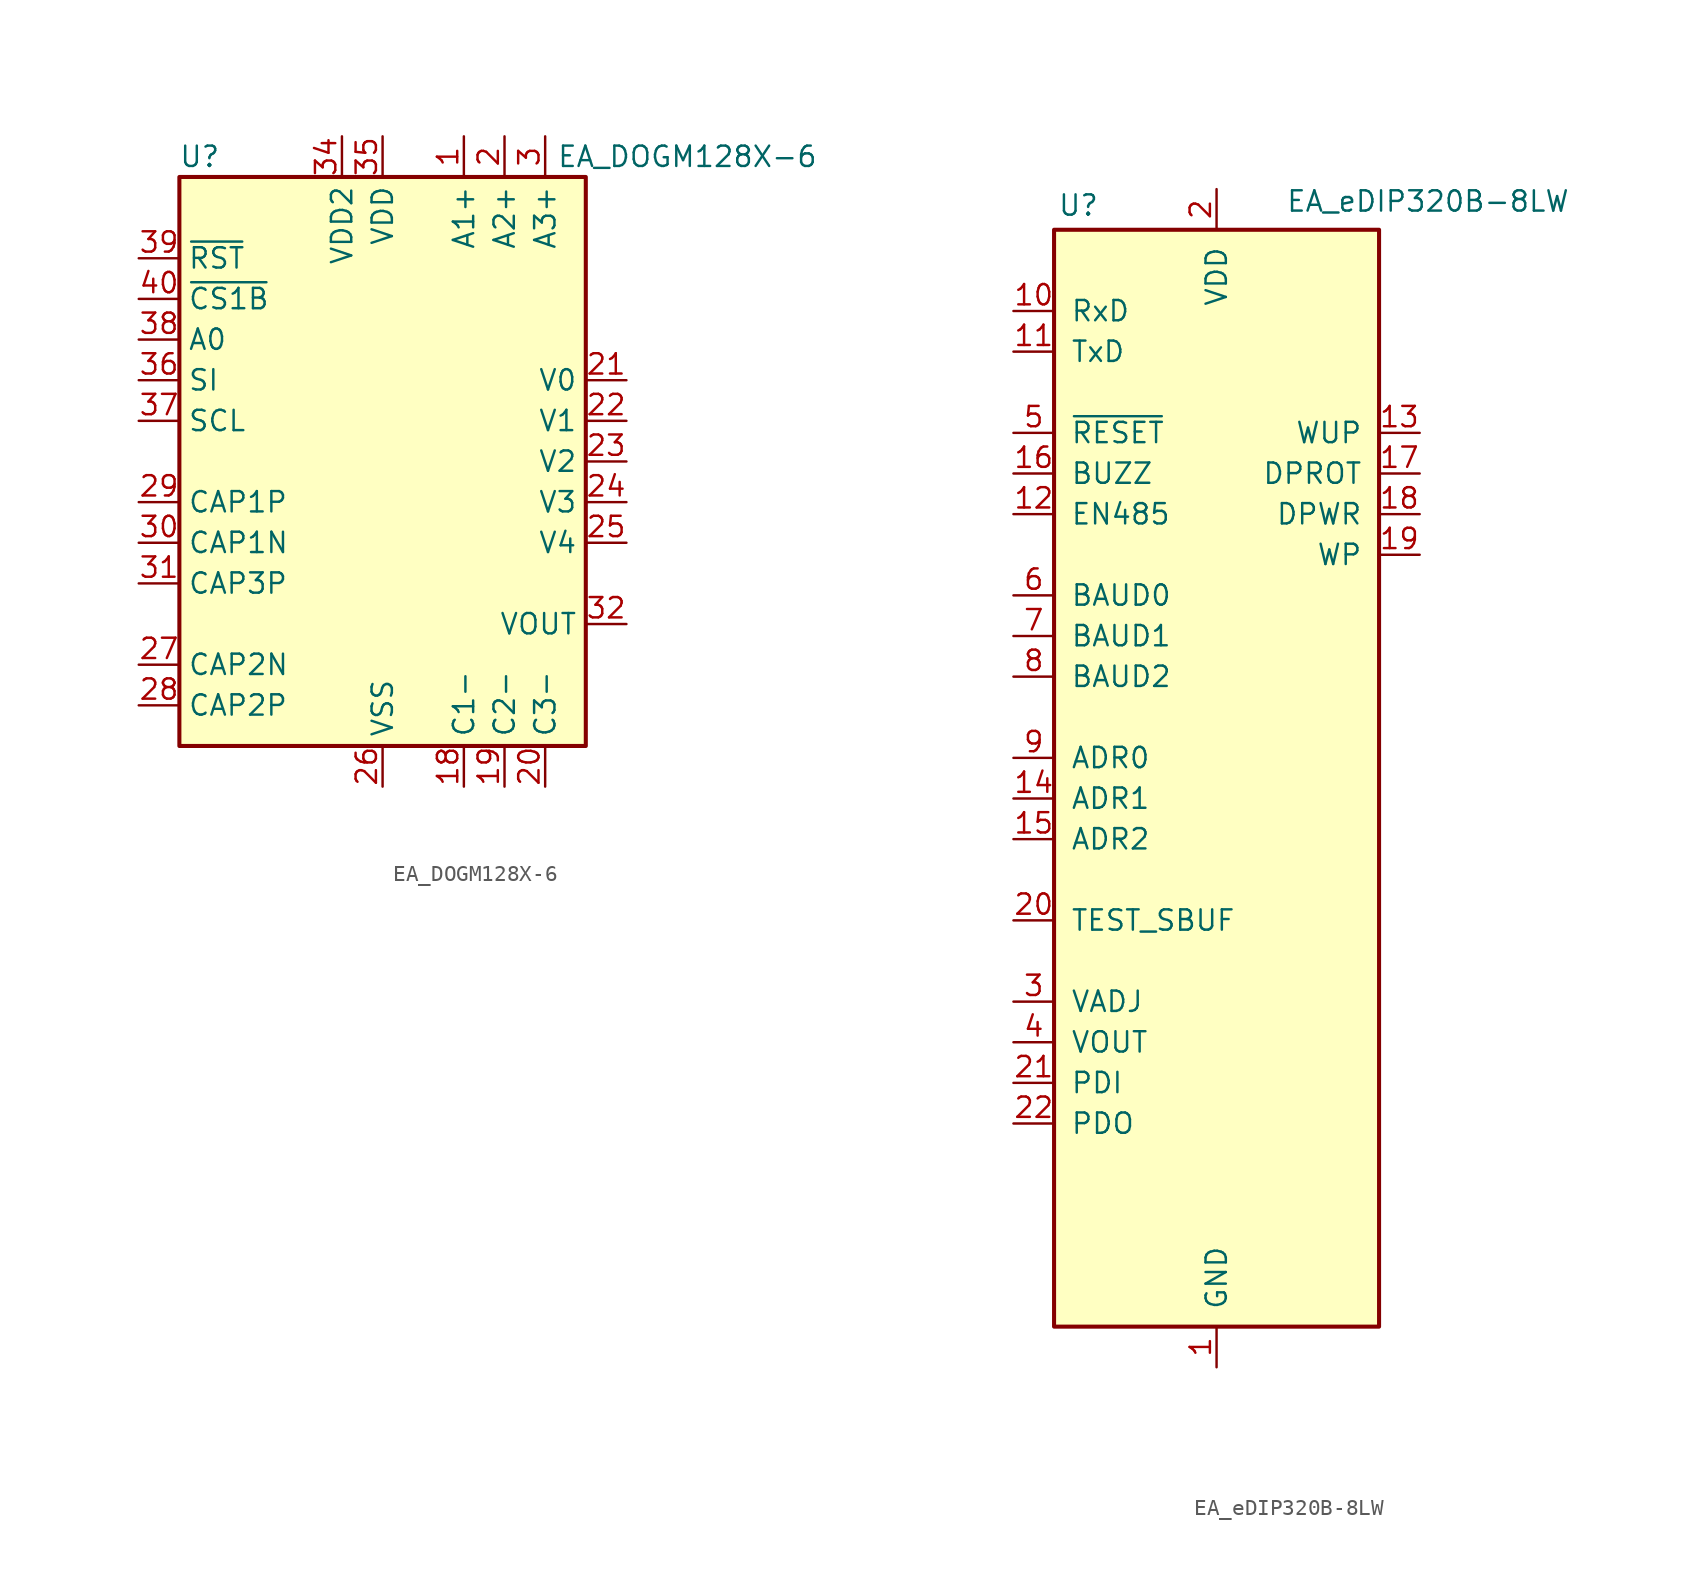
<source format=kicad_sym>
(kicad_symbol_lib
  (version 20211014)
  (generator kicad_symbol_editor)
  (symbol "EA_DOGM128X-6"
    (property "Reference" "U"
      (at -11.43 19.05 0)
      (effects (font (size 1.27 1.27))))
    (property "Value" "EA_DOGM128X-6"
      (at 19.05 19.05 0)
      (effects (font (size 1.27 1.27))))
    (symbol "EA_DOGM128X-6_1_1"
      (rectangle (start -12.7 17.78) (end 12.7 -17.78) (stroke (width 0.254) (type default) (color 0 0 0 0)) (fill (type background)))
      (pin power_in line (at 5.08 20.32 270) (length 2.54) (name "A1+" (effects (font (size 1.27 1.27)))) (number "1" (effects (font (size 1.27 1.27)))))
      (pin power_in line (at 5.08 -20.32 90) (length 2.54) (name "C1-" (effects (font (size 1.27 1.27)))) (number "18" (effects (font (size 1.27 1.27)))))
      (pin power_in line (at 7.62 -20.32 90) (length 2.54) (name "C2-" (effects (font (size 1.27 1.27)))) (number "19" (effects (font (size 1.27 1.27)))))
      (pin power_in line (at 7.62 20.32 270) (length 2.54) (name "A2+" (effects (font (size 1.27 1.27)))) (number "2" (effects (font (size 1.27 1.27)))))
      (pin power_in line (at 10.16 -20.32 90) (length 2.54) (name "C3-" (effects (font (size 1.27 1.27)))) (number "20" (effects (font (size 1.27 1.27)))))
      (pin passive line (at 15.24 5.08 180) (length 2.54) (name "V0" (effects (font (size 1.27 1.27)))) (number "21" (effects (font (size 1.27 1.27)))))
      (pin passive line (at 15.24 2.54 180) (length 2.54) (name "V1" (effects (font (size 1.27 1.27)))) (number "22" (effects (font (size 1.27 1.27)))))
      (pin passive line (at 15.24 0 180) (length 2.54) (name "V2" (effects (font (size 1.27 1.27)))) (number "23" (effects (font (size 1.27 1.27)))))
      (pin passive line (at 15.24 -2.54 180) (length 2.54) (name "V3" (effects (font (size 1.27 1.27)))) (number "24" (effects (font (size 1.27 1.27)))))
      (pin passive line (at 15.24 -5.08 180) (length 2.54) (name "V4" (effects (font (size 1.27 1.27)))) (number "25" (effects (font (size 1.27 1.27)))))
      (pin power_in line (at 0 -20.32 90) (length 2.54) (name "VSS" (effects (font (size 1.27 1.27)))) (number "26" (effects (font (size 1.27 1.27)))))
      (pin passive line (at -15.24 -12.7 0) (length 2.54) (name "CAP2N" (effects (font (size 1.27 1.27)))) (number "27" (effects (font (size 1.27 1.27)))))
      (pin passive line (at -15.24 -15.24 0) (length 2.54) (name "CAP2P" (effects (font (size 1.27 1.27)))) (number "28" (effects (font (size 1.27 1.27)))))
      (pin passive line (at -15.24 -2.54 0) (length 2.54) (name "CAP1P" (effects (font (size 1.27 1.27)))) (number "29" (effects (font (size 1.27 1.27)))))
      (pin power_in line (at 10.16 20.32 270) (length 2.54) (name "A3+" (effects (font (size 1.27 1.27)))) (number "3" (effects (font (size 1.27 1.27)))))
      (pin passive line (at -15.24 -5.08 0) (length 2.54) (name "CAP1N" (effects (font (size 1.27 1.27)))) (number "30" (effects (font (size 1.27 1.27)))))
      (pin passive line (at -15.24 -7.62 0) (length 2.54) (name "CAP3P" (effects (font (size 1.27 1.27)))) (number "31" (effects (font (size 1.27 1.27)))))
      (pin output line (at 15.24 -10.16 180) (length 2.54) (name "VOUT" (effects (font (size 1.27 1.27)))) (number "32" (effects (font (size 1.27 1.27)))))
      (pin passive line (at 0 -20.32 90) (length 2.54) hide (name "VSS" (effects (font (size 1.27 1.27)))) (number "33" (effects (font (size 1.27 1.27)))))
      (pin power_in line (at -2.54 20.32 270) (length 2.54) (name "VDD2" (effects (font (size 1.27 1.27)))) (number "34" (effects (font (size 1.27 1.27)))))
      (pin power_in line (at 0 20.32 270) (length 2.54) (name "VDD" (effects (font (size 1.27 1.27)))) (number "35" (effects (font (size 1.27 1.27)))))
      (pin input line (at -15.24 5.08 0) (length 2.54) (name "SI" (effects (font (size 1.27 1.27)))) (number "36" (effects (font (size 1.27 1.27)))))
      (pin input line (at -15.24 2.54 0) (length 2.54) (name "SCL" (effects (font (size 1.27 1.27)))) (number "37" (effects (font (size 1.27 1.27)))))
      (pin input line (at -15.24 7.62 0) (length 2.54) (name "A0" (effects (font (size 1.27 1.27)))) (number "38" (effects (font (size 1.27 1.27)))))
      (pin input line (at -15.24 12.7 0) (length 2.54) (name "~{RST}" (effects (font (size 1.27 1.27)))) (number "39" (effects (font (size 1.27 1.27)))))
      (pin input line (at -15.24 10.16 0) (length 2.54) (name "~{CS1B}" (effects (font (size 1.27 1.27)))) (number "40" (effects (font (size 1.27 1.27)))))))
  (symbol "EA_eDIP320B-8LW"
    (pin_names
      (offset 1.016))
    (property "Reference" "U"
      (at -8.636 29.464 0)
      (effects (font (size 1.27 1.27))))
    (property "Value" "EA_eDIP320B-8LW"
      (at 4.318 29.718 0)
      (effects (font (size 1.27 1.27)) (justify left)))
    (symbol "EA_eDIP320B-8LW_0_1"
      (rectangle (start -10.16 27.94) (end 10.16 -40.64) (stroke (width 0.254) (type default) (color 0 0 0 0)) (fill (type background))))
    (symbol "EA_eDIP320B-8LW_1_1"
      (pin power_in line (at 0 -43.18 90) (length 2.54) (name "GND" (effects (font (size 1.27 1.27)))) (number "1" (effects (font (size 1.27 1.27)))))
      (pin input line (at -12.7 22.86 0) (length 2.54) (name "RxD" (effects (font (size 1.27 1.27)))) (number "10" (effects (font (size 1.27 1.27)))))
      (pin output line (at -12.7 20.32 0) (length 2.54) (name "TxD" (effects (font (size 1.27 1.27)))) (number "11" (effects (font (size 1.27 1.27)))))
      (pin output line (at -12.7 10.16 0) (length 2.54) (name "EN485" (effects (font (size 1.27 1.27)))) (number "12" (effects (font (size 1.27 1.27)))))
      (pin input line (at 12.7 15.24 180) (length 2.54) (name "WUP" (effects (font (size 1.27 1.27)))) (number "13" (effects (font (size 1.27 1.27)))))
      (pin input line (at -12.7 -7.62 0) (length 2.54) (name "ADR1" (effects (font (size 1.27 1.27)))) (number "14" (effects (font (size 1.27 1.27)))))
      (pin input line (at -12.7 -10.16 0) (length 2.54) (name "ADR2" (effects (font (size 1.27 1.27)))) (number "15" (effects (font (size 1.27 1.27)))))
      (pin output line (at -12.7 12.7 0) (length 2.54) (name "BUZZ" (effects (font (size 1.27 1.27)))) (number "16" (effects (font (size 1.27 1.27)))))
      (pin input line (at 12.7 12.7 180) (length 2.54) (name "DPROT" (effects (font (size 1.27 1.27)))) (number "17" (effects (font (size 1.27 1.27)))))
      (pin output line (at 12.7 10.16 180) (length 2.54) (name "DPWR" (effects (font (size 1.27 1.27)))) (number "18" (effects (font (size 1.27 1.27)))))
      (pin input line (at 12.7 7.62 180) (length 2.54) (name "WP" (effects (font (size 1.27 1.27)))) (number "19" (effects (font (size 1.27 1.27)))))
      (pin power_in line (at 0 30.48 270) (length 2.54) (name "VDD" (effects (font (size 1.27 1.27)))) (number "2" (effects (font (size 1.27 1.27)))))
      (pin open_collector line (at -12.7 -15.24 0) (length 2.54) (name "TEST_SBUF" (effects (font (size 1.27 1.27)))) (number "20" (effects (font (size 1.27 1.27)))))
      (pin input line (at -12.7 -25.4 0) (length 2.54) (name "PDI" (effects (font (size 1.27 1.27)))) (number "21" (effects (font (size 1.27 1.27)))))
      (pin output line (at -12.7 -27.94 0) (length 2.54) (name "PDO" (effects (font (size 1.27 1.27)))) (number "22" (effects (font (size 1.27 1.27)))))
      (pin no_connect line (at -10.16 -30.48 0) (length 2.54) hide (name "NC" (effects (font (size 1.27 1.27)))) (number "23" (effects (font (size 1.27 1.27)))))
      (pin no_connect line (at -10.16 -33.02 0) (length 2.54) hide (name "NC" (effects (font (size 1.27 1.27)))) (number "24" (effects (font (size 1.27 1.27)))))
      (pin no_connect line (at -10.16 -35.56 0) (length 2.54) hide (name "NC" (effects (font (size 1.27 1.27)))) (number "25" (effects (font (size 1.27 1.27)))))
      (pin no_connect line (at -10.16 -38.1 0) (length 2.54) hide (name "NC" (effects (font (size 1.27 1.27)))) (number "26" (effects (font (size 1.27 1.27)))))
      (pin no_connect line (at 10.16 25.4 180) (length 2.54) hide (name "NC" (effects (font (size 1.27 1.27)))) (number "27" (effects (font (size 1.27 1.27)))))
      (pin no_connect line (at 10.16 22.86 180) (length 2.54) hide (name "NC" (effects (font (size 1.27 1.27)))) (number "28" (effects (font (size 1.27 1.27)))))
      (pin no_connect line (at 10.16 20.32 180) (length 2.54) hide (name "NC" (effects (font (size 1.27 1.27)))) (number "29" (effects (font (size 1.27 1.27)))))
      (pin input line (at -12.7 -20.32 0) (length 2.54) (name "VADJ" (effects (font (size 1.27 1.27)))) (number "3" (effects (font (size 1.27 1.27)))))
      (pin no_connect line (at 10.16 17.78 180) (length 2.54) hide (name "NC" (effects (font (size 1.27 1.27)))) (number "30" (effects (font (size 1.27 1.27)))))
      (pin no_connect line (at 10.16 5.08 180) (length 2.54) hide (name "NC" (effects (font (size 1.27 1.27)))) (number "31" (effects (font (size 1.27 1.27)))))
      (pin no_connect line (at 10.16 2.54 180) (length 2.54) hide (name "NC" (effects (font (size 1.27 1.27)))) (number "32" (effects (font (size 1.27 1.27)))))
      (pin no_connect line (at 10.16 0 180) (length 2.54) hide (name "NC" (effects (font (size 1.27 1.27)))) (number "33" (effects (font (size 1.27 1.27)))))
      (pin no_connect line (at 10.16 -2.54 180) (length 2.54) hide (name "NC" (effects (font (size 1.27 1.27)))) (number "34" (effects (font (size 1.27 1.27)))))
      (pin no_connect line (at 10.16 -5.08 180) (length 2.54) hide (name "NC" (effects (font (size 1.27 1.27)))) (number "35" (effects (font (size 1.27 1.27)))))
      (pin no_connect line (at 10.16 -7.62 180) (length 2.54) hide (name "NC" (effects (font (size 1.27 1.27)))) (number "36" (effects (font (size 1.27 1.27)))))
      (pin no_connect line (at 10.16 -10.16 180) (length 2.54) hide (name "NC" (effects (font (size 1.27 1.27)))) (number "37" (effects (font (size 1.27 1.27)))))
      (pin no_connect line (at 10.16 -12.7 180) (length 2.54) hide (name "NC" (effects (font (size 1.27 1.27)))) (number "38" (effects (font (size 1.27 1.27)))))
      (pin no_connect line (at 10.16 -15.24 180) (length 2.54) hide (name "NC" (effects (font (size 1.27 1.27)))) (number "39" (effects (font (size 1.27 1.27)))))
      (pin output line (at -12.7 -22.86 0) (length 2.54) (name "VOUT" (effects (font (size 1.27 1.27)))) (number "4" (effects (font (size 1.27 1.27)))))
      (pin no_connect line (at 10.16 -17.78 180) (length 2.54) hide (name "NC" (effects (font (size 1.27 1.27)))) (number "40" (effects (font (size 1.27 1.27)))))
      (pin no_connect line (at 10.16 -20.32 180) (length 2.54) hide (name "NC" (effects (font (size 1.27 1.27)))) (number "41" (effects (font (size 1.27 1.27)))))
      (pin no_connect line (at 10.16 -22.86 180) (length 2.54) hide (name "NC" (effects (font (size 1.27 1.27)))) (number "42" (effects (font (size 1.27 1.27)))))
      (pin no_connect line (at 10.16 -25.4 180) (length 2.54) hide (name "NC" (effects (font (size 1.27 1.27)))) (number "43" (effects (font (size 1.27 1.27)))))
      (pin no_connect line (at 10.16 -27.94 180) (length 2.54) hide (name "NC" (effects (font (size 1.27 1.27)))) (number "44" (effects (font (size 1.27 1.27)))))
      (pin no_connect line (at 10.16 -30.48 180) (length 2.54) hide (name "NC" (effects (font (size 1.27 1.27)))) (number "45" (effects (font (size 1.27 1.27)))))
      (pin no_connect line (at 10.16 -33.02 180) (length 2.54) hide (name "NC" (effects (font (size 1.27 1.27)))) (number "46" (effects (font (size 1.27 1.27)))))
      (pin no_connect line (at 10.16 -35.56 180) (length 2.54) hide (name "NC" (effects (font (size 1.27 1.27)))) (number "47" (effects (font (size 1.27 1.27)))))
      (pin input line (at -12.7 15.24 0) (length 2.54) (name "~{RESET}" (effects (font (size 1.27 1.27)))) (number "5" (effects (font (size 1.27 1.27)))))
      (pin input line (at -12.7 5.08 0) (length 2.54) (name "BAUD0" (effects (font (size 1.27 1.27)))) (number "6" (effects (font (size 1.27 1.27)))))
      (pin input line (at -12.7 2.54 0) (length 2.54) (name "BAUD1" (effects (font (size 1.27 1.27)))) (number "7" (effects (font (size 1.27 1.27)))))
      (pin no_connect line (at 10.16 -38.1 180) (length 2.54) hide (name "NC" (effects (font (size 1.27 1.27)))) (number "78" (effects (font (size 1.27 1.27)))))
      (pin input line (at -12.7 0 0) (length 2.54) (name "BAUD2" (effects (font (size 1.27 1.27)))) (number "8" (effects (font (size 1.27 1.27)))))
      (pin input line (at -12.7 -5.08 0) (length 2.54) (name "ADR0" (effects (font (size 1.27 1.27)))) (number "9" (effects (font (size 1.27 1.27))))))))
</source>
